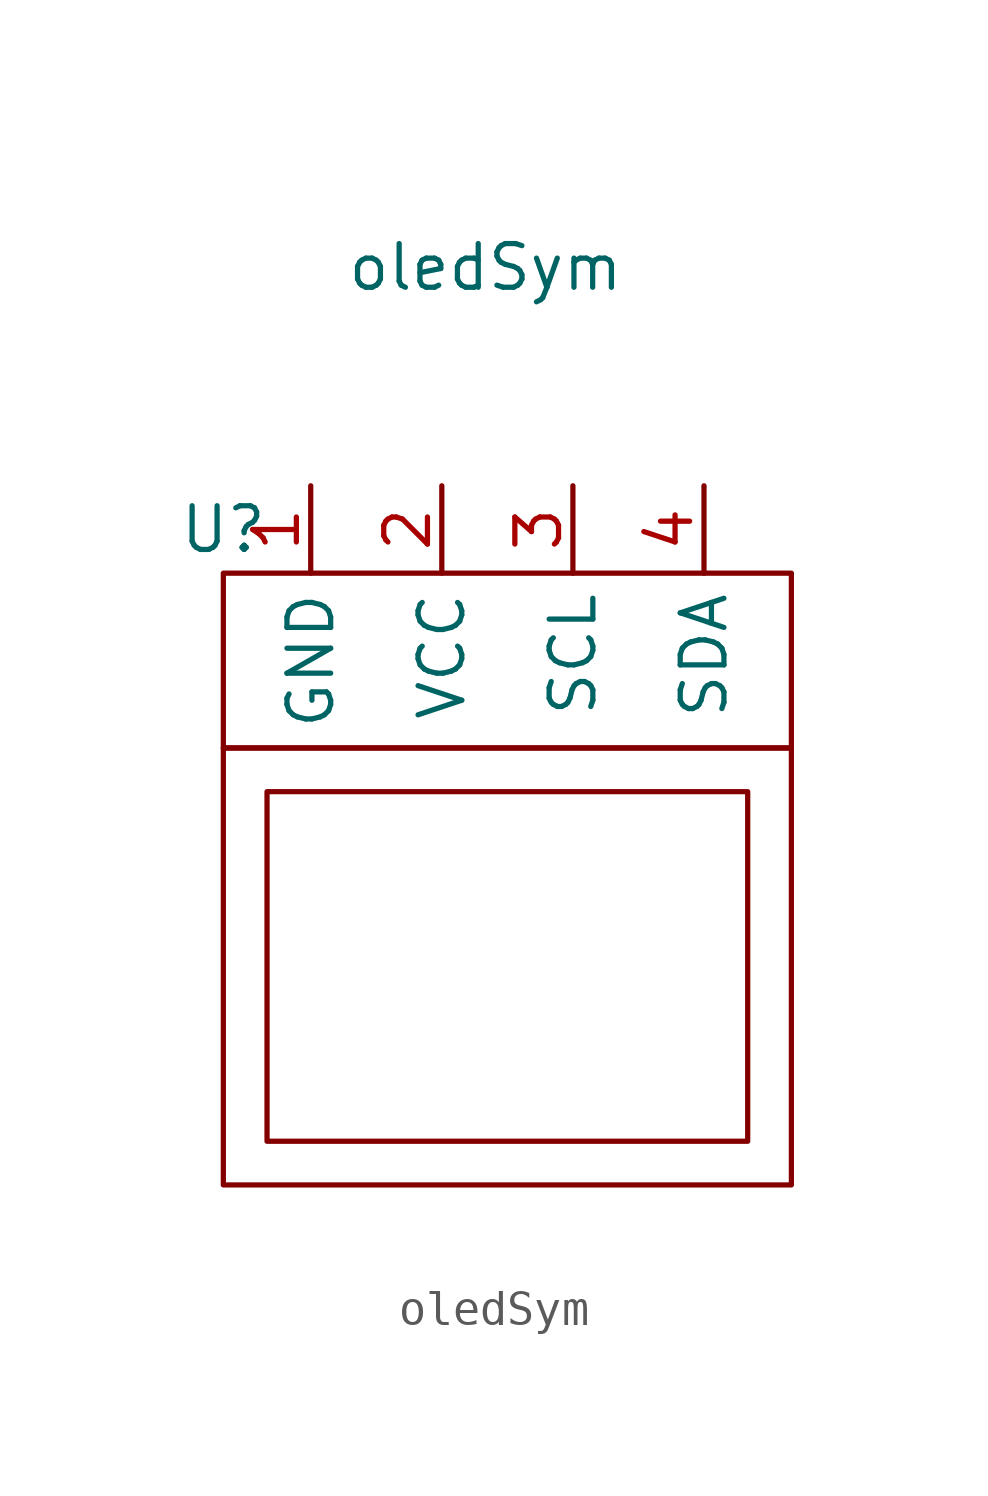
<source format=kicad_sym>
(kicad_symbol_lib
  (version 20211014)
  (generator kicad_symbol_editor)
  (symbol "oledSym"
    (property "Reference" "U"
      (at -7.62 2.54 0)
      (effects (font (size 1.27 1.27))))
    (property "Value" "oledSym"
      (at 0 10.16 0)
      (effects (font (size 1.27 1.27))))
    (symbol "oledSym_0_1"
      (rectangle (start -7.62 1.27) (end 8.89 -3.81) (stroke (width 0) (type default) (color 0 0 0 0)) (fill (type none)))
      (rectangle (start -6.35 -5.08) (end 7.62 -15.24) (stroke (width 0) (type default) (color 0 0 0 0)) (fill (type none)))
      (rectangle (start 8.89 -16.51) (end -7.62 -3.81) (stroke (width 0) (type default) (color 0 0 0 0)) (fill (type none))))
    (symbol "oledSym_1_1"
      (pin input line (at -5.08 3.81 270) (length 2.54) (name "GND" (effects (font (size 1.27 1.27)))) (number "1" (effects (font (size 1.27 1.27)))))
      (pin input line (at -1.27 3.81 270) (length 2.54) (name "VCC" (effects (font (size 1.27 1.27)))) (number "2" (effects (font (size 1.27 1.27)))))
      (pin input line (at 2.54 3.81 270) (length 2.54) (name "SCL" (effects (font (size 1.27 1.27)))) (number "3" (effects (font (size 1.27 1.27)))))
      (pin input line (at 6.35 3.81 270) (length 2.54) (name "SDA" (effects (font (size 1.27 1.27)))) (number "4" (effects (font (size 1.27 1.27))))))))
</source>
